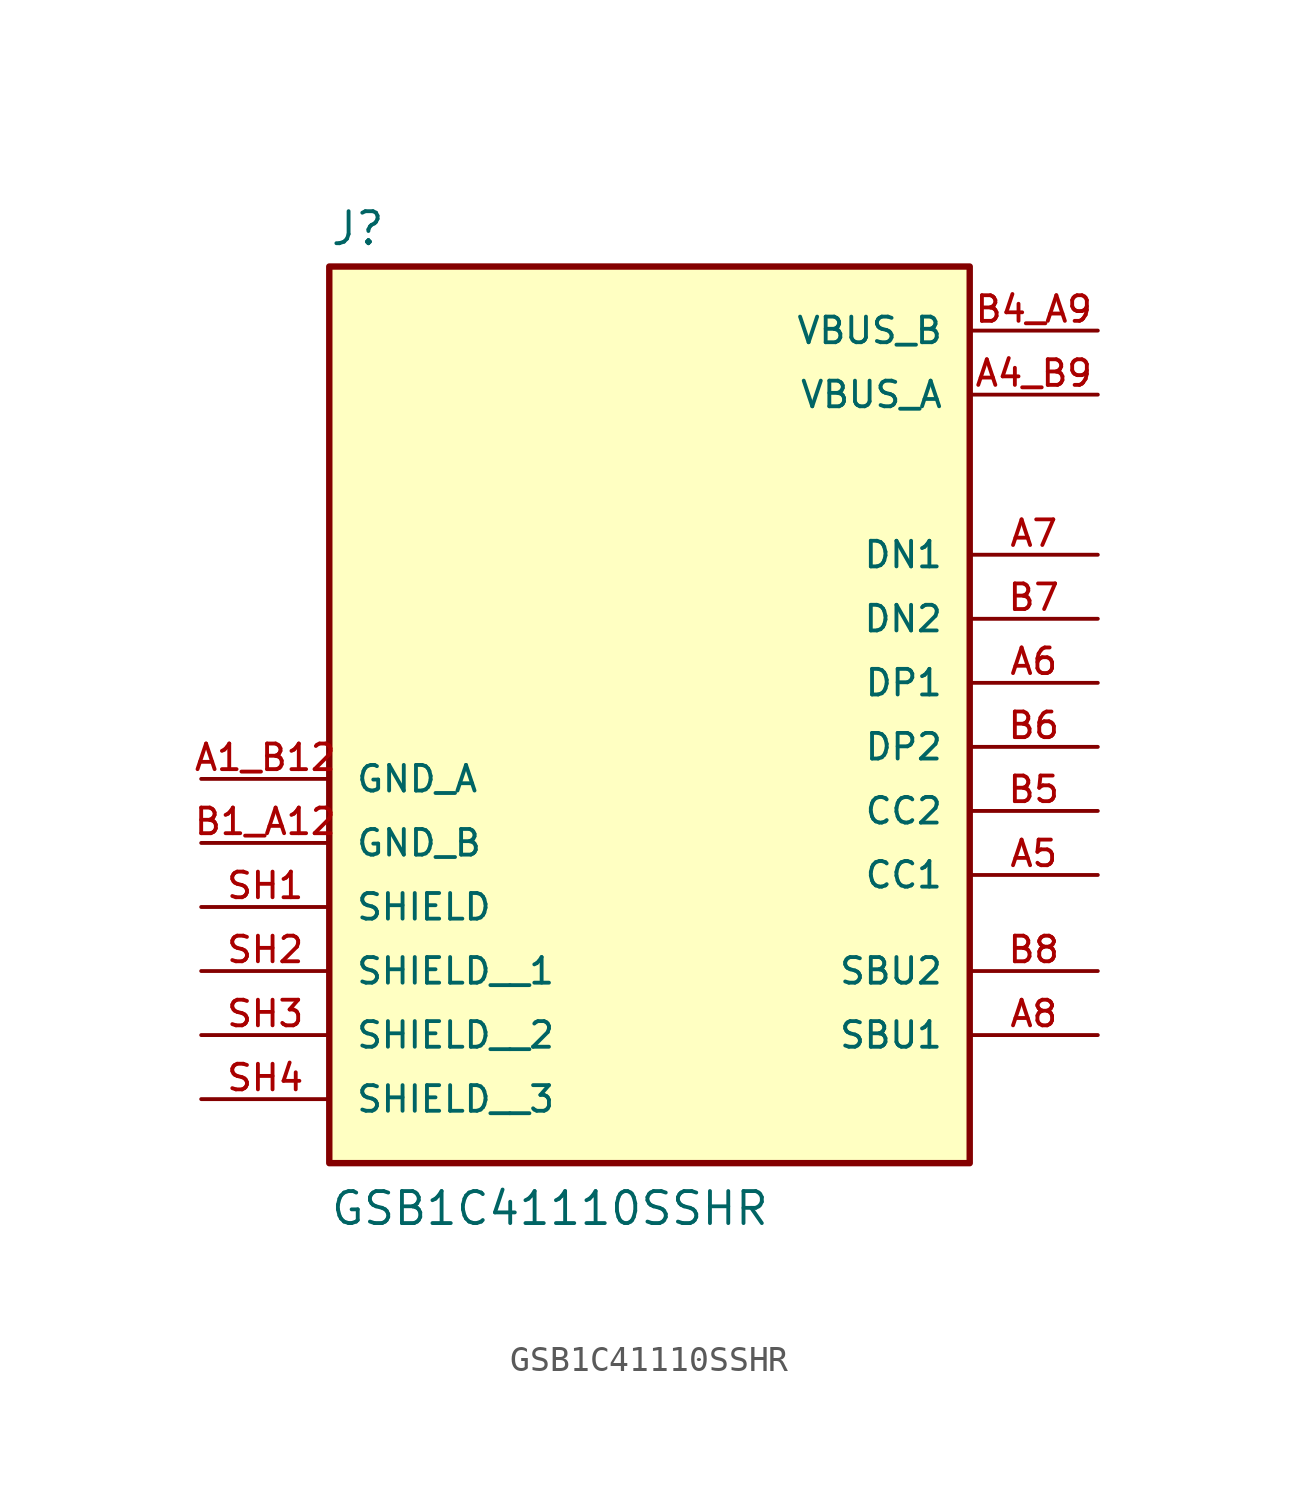
<source format=kicad_sym>
(kicad_symbol_lib
  (version 20241209)
  (generator "kicad_symbol_editor")
  (generator_version "9.0")
  (symbol "GSB1C41110SSHR"
    (pin_names
      (offset 1.016))
    (property "Reference" "J"
      (at -12.7 13.462 0)
      (effects (font (size 1.27 1.27)) (justify left bottom)))
    (property "Value" "GSB1C41110SSHR"
      (at -12.7 -25.4 0)
      (effects (font (size 1.27 1.27)) (justify left bottom)))
    (symbol "GSB1C41110SSHR_0_0"
      (rectangle (start -12.7 -22.86) (end 12.7 12.7) (stroke (width 0.254) (type default)) (fill (type background)))
      (pin power_in line (at -17.78 -7.62 0) (length 5.08) (name "GND_A" (effects (font (size 1.016 1.016)))) (number "A1_B12" (effects (font (size 1.016 1.016)))))
      (pin power_in line (at -17.78 -10.16 0) (length 5.08) (name "GND_B" (effects (font (size 1.016 1.016)))) (number "B1_A12" (effects (font (size 1.016 1.016)))))
      (pin passive line (at -17.78 -12.7 0) (length 5.08) (name "SHIELD" (effects (font (size 1.016 1.016)))) (number "SH1" (effects (font (size 1.016 1.016)))))
      (pin passive line (at -17.78 -15.24 0) (length 5.08) (name "SHIELD__1" (effects (font (size 1.016 1.016)))) (number "SH2" (effects (font (size 1.016 1.016)))))
      (pin passive line (at -17.78 -17.78 0) (length 5.08) (name "SHIELD__2" (effects (font (size 1.016 1.016)))) (number "SH3" (effects (font (size 1.016 1.016)))))
      (pin passive line (at -17.78 -20.32 0) (length 5.08) (name "SHIELD__3" (effects (font (size 1.016 1.016)))) (number "SH4" (effects (font (size 1.016 1.016)))))
      (pin power_in line (at 17.78 10.16 180) (length 5.08) (name "VBUS_B" (effects (font (size 1.016 1.016)))) (number "B4_A9" (effects (font (size 1.016 1.016)))))
      (pin power_in line (at 17.78 7.62 180) (length 5.08) (name "VBUS_A" (effects (font (size 1.016 1.016)))) (number "A4_B9" (effects (font (size 1.016 1.016)))))
      (pin bidirectional line (at 17.78 1.27 180) (length 5.08) (name "DN1" (effects (font (size 1.016 1.016)))) (number "A7" (effects (font (size 1.016 1.016)))))
      (pin bidirectional line (at 17.78 -1.27 180) (length 5.08) (name "DN2" (effects (font (size 1.016 1.016)))) (number "B7" (effects (font (size 1.016 1.016)))))
      (pin bidirectional line (at 17.78 -3.81 180) (length 5.08) (name "DP1" (effects (font (size 1.016 1.016)))) (number "A6" (effects (font (size 1.016 1.016)))))
      (pin bidirectional line (at 17.78 -6.35 180) (length 5.08) (name "DP2" (effects (font (size 1.016 1.016)))) (number "B6" (effects (font (size 1.016 1.016)))))
      (pin bidirectional line (at 17.78 -8.89 180) (length 5.08) (name "CC2" (effects (font (size 1.016 1.016)))) (number "B5" (effects (font (size 1.016 1.016)))))
      (pin bidirectional line (at 17.78 -11.43 180) (length 5.08) (name "CC1" (effects (font (size 1.016 1.016)))) (number "A5" (effects (font (size 1.016 1.016)))))
      (pin bidirectional line (at 17.78 -15.24 180) (length 5.08) (name "SBU2" (effects (font (size 1.016 1.016)))) (number "B8" (effects (font (size 1.016 1.016)))))
      (pin bidirectional line (at 17.78 -17.78 180) (length 5.08) (name "SBU1" (effects (font (size 1.016 1.016)))) (number "A8" (effects (font (size 1.016 1.016))))))))
</source>
